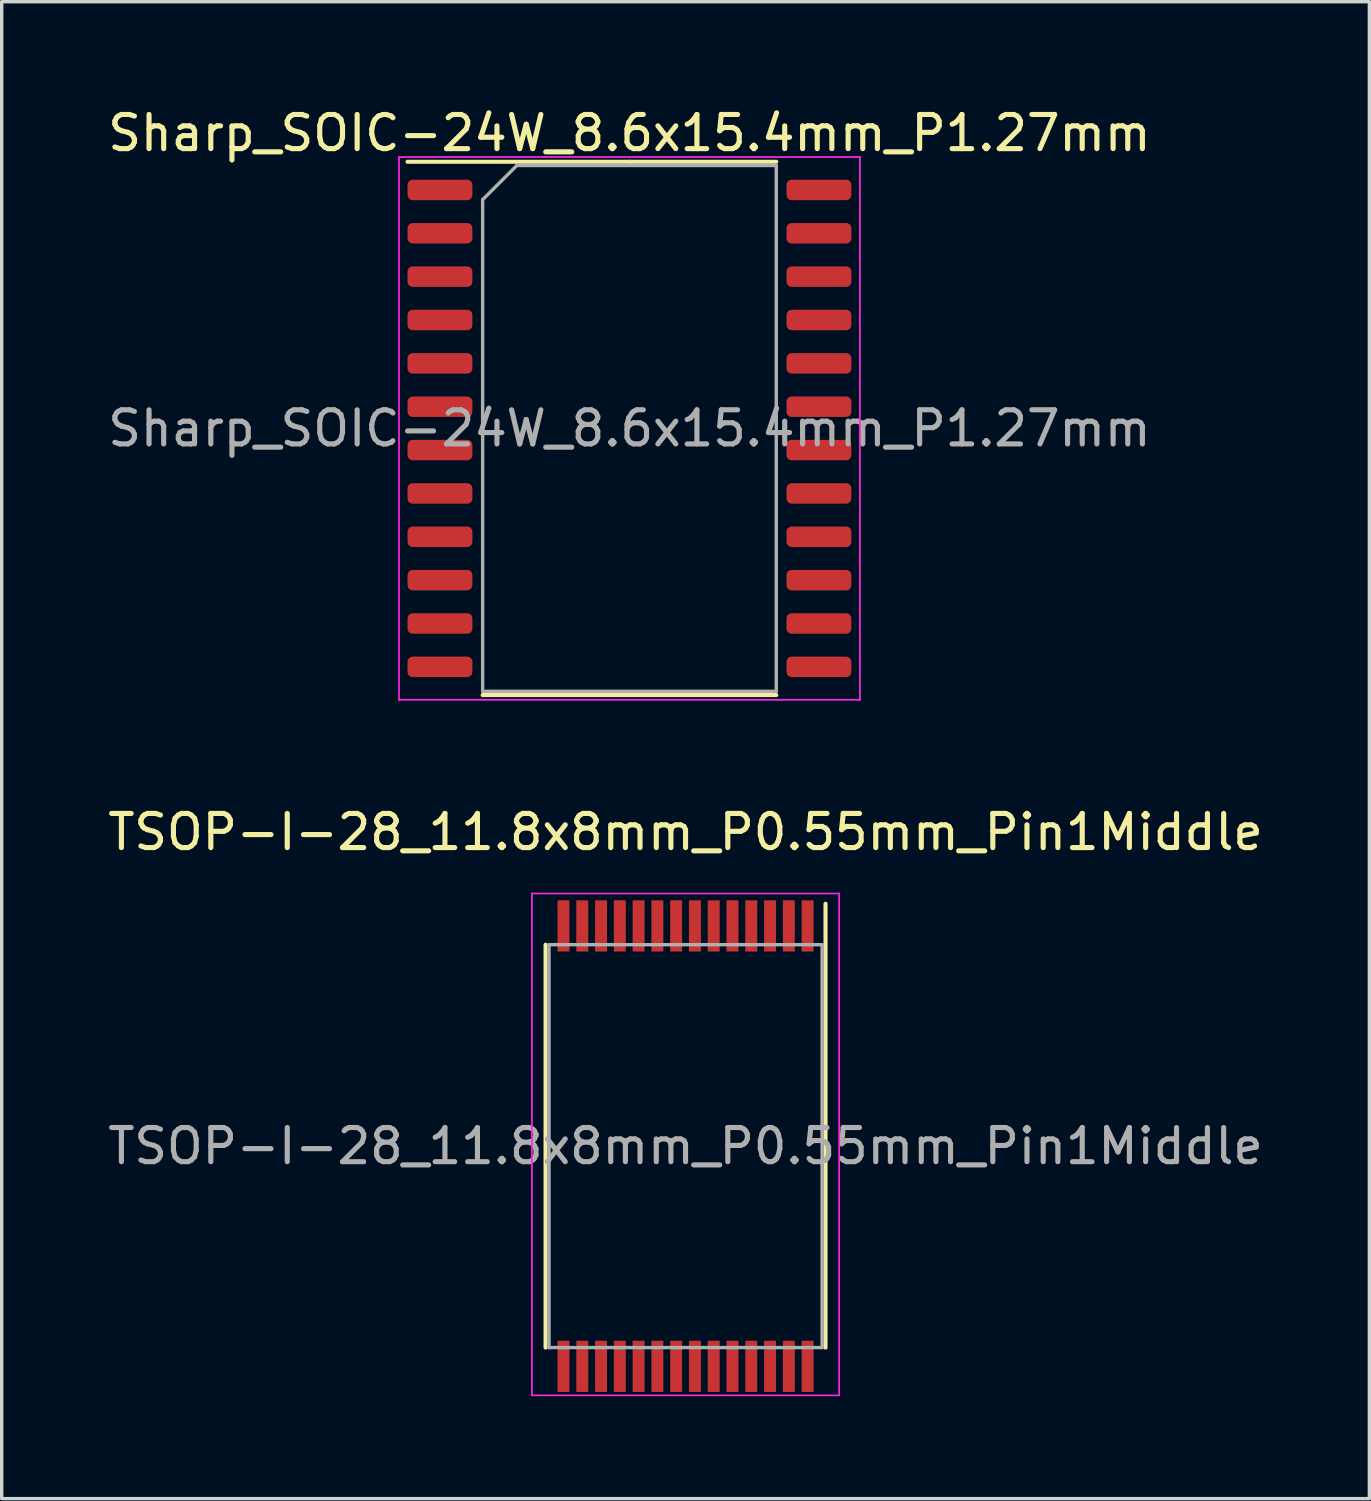
<source format=kicad_pcb>
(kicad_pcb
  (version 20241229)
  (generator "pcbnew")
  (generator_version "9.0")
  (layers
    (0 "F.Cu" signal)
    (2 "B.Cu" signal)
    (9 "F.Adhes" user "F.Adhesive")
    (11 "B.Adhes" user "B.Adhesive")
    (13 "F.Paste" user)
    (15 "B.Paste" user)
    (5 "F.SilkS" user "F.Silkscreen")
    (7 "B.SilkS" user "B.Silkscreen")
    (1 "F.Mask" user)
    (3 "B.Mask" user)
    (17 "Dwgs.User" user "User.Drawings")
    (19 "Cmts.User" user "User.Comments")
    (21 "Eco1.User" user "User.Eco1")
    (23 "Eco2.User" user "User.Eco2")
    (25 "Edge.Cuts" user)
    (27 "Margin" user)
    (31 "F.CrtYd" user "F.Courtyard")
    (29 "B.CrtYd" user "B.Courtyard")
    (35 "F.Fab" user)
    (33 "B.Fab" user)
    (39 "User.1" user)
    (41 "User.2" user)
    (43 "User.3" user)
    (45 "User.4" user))
  (footprint "TSOP-I-28_11.8x8mm_P0.55mm_Pin1Middle"
    (layer "F.Cu")
    (at 17.03 30.521)
    (property "Reference" "TSOP-I-28_11.8x8mm_P0.55mm_Pin1Middle" (at 0 -9.2 180) (layer "F.SilkS") (effects (font (size 1 1) (thickness 0.15))))
    (attr smd)
    (fp_line (start -4.1 -5.9) (end -4.1 5.9) (stroke (width 0.12) (type solid)) (layer "F.SilkS"))
    (fp_line (start 4.1 5.9) (end 4.1 -7.1) (stroke (width 0.12) (type solid)) (layer "F.SilkS"))
    (fp_line (start -4.5 -7.4) (end 4.5 -7.4) (stroke (width 0.05) (type solid)) (layer "F.CrtYd"))
    (fp_line (start -4.5 7.3) (end -4.5 -7.4) (stroke (width 0.05) (type solid)) (layer "F.CrtYd"))
    (fp_line (start 4.5 -7.4) (end 4.5 7.3) (stroke (width 0.05) (type solid)) (layer "F.CrtYd"))
    (fp_line (start 4.5 7.3) (end -4.5 7.3) (stroke (width 0.05) (type solid)) (layer "F.CrtYd"))
    (fp_line (start -4 5.9) (end -4 -5.9) (stroke (width 0.1) (type solid)) (layer "F.Fab"))
    (fp_line (start 4 -5.9) (end -4 -5.9) (stroke (width 0.1) (type solid)) (layer "F.Fab"))
    (fp_line (start 4 -5.9) (end 4 5.9) (stroke (width 0.1) (type solid)) (layer "F.Fab"))
    (fp_line (start 4 5.9) (end -4 5.9) (stroke (width 0.1) (type solid)) (layer "F.Fab"))
    (fp_text user "${REFERENCE}" (at 0 0 0) (layer "F.Fab") (effects (font (size 1 1) (thickness 0.15))))
    (pad "1" smd rect (at -0.275 -6.45 180) (size 0.35 1.5) (layers "F.Cu" "F.Mask" "F.Paste"))
    (pad "2" smd rect (at -0.825 -6.45 180) (size 0.35 1.5) (layers "F.Cu" "F.Mask" "F.Paste"))
    (pad "3" smd rect (at -1.375 -6.45 180) (size 0.35 1.5) (layers "F.Cu" "F.Mask" "F.Paste"))
    (pad "4" smd rect (at -1.925 -6.45 180) (size 0.35 1.5) (layers "F.Cu" "F.Mask" "F.Paste"))
    (pad "5" smd rect (at -2.475 -6.45 180) (size 0.35 1.5) (layers "F.Cu" "F.Mask" "F.Paste"))
    (pad "6" smd rect (at -3.025 -6.45 180) (size 0.35 1.5) (layers "F.Cu" "F.Mask" "F.Paste"))
    (pad "7" smd rect (at -3.575 -6.45 180) (size 0.35 1.5) (layers "F.Cu" "F.Mask" "F.Paste"))
    (pad "8" smd rect (at -3.575 6.45 180) (size 0.35 1.5) (layers "F.Cu" "F.Mask" "F.Paste"))
    (pad "9" smd rect (at -3.025 6.45 180) (size 0.35 1.5) (layers "F.Cu" "F.Mask" "F.Paste"))
    (pad "10" smd rect (at -2.475 6.45 180) (size 0.35 1.5) (layers "F.Cu" "F.Mask" "F.Paste"))
    (pad "11" smd rect (at -1.925 6.45 180) (size 0.35 1.5) (layers "F.Cu" "F.Mask" "F.Paste"))
    (pad "12" smd rect (at -1.375 6.45 180) (size 0.35 1.5) (layers "F.Cu" "F.Mask" "F.Paste"))
    (pad "13" smd rect (at -0.825 6.45 180) (size 0.35 1.5) (layers "F.Cu" "F.Mask" "F.Paste"))
    (pad "14" smd rect (at -0.275 6.45 180) (size 0.35 1.5) (layers "F.Cu" "F.Mask" "F.Paste"))
    (pad "15" smd rect (at 0.275 6.45 180) (size 0.35 1.5) (layers "F.Cu" "F.Mask" "F.Paste"))
    (pad "16" smd rect (at 0.825 6.45 180) (size 0.35 1.5) (layers "F.Cu" "F.Mask" "F.Paste"))
    (pad "17" smd rect (at 1.375 6.45 180) (size 0.35 1.5) (layers "F.Cu" "F.Mask" "F.Paste"))
    (pad "18" smd rect (at 1.925 6.45 180) (size 0.35 1.5) (layers "F.Cu" "F.Mask" "F.Paste"))
    (pad "19" smd rect (at 2.475 6.45 180) (size 0.35 1.5) (layers "F.Cu" "F.Mask" "F.Paste"))
    (pad "20" smd rect (at 3.025 6.45 180) (size 0.35 1.5) (layers "F.Cu" "F.Mask" "F.Paste"))
    (pad "21" smd rect (at 3.575 6.45 180) (size 0.35 1.5) (layers "F.Cu" "F.Mask" "F.Paste"))
    (pad "22" smd rect (at 3.575 -6.45 180) (size 0.35 1.5) (layers "F.Cu" "F.Mask" "F.Paste"))
    (pad "23" smd rect (at 3.025 -6.45 180) (size 0.35 1.5) (layers "F.Cu" "F.Mask" "F.Paste"))
    (pad "24" smd rect (at 2.475 -6.45 180) (size 0.35 1.5) (layers "F.Cu" "F.Mask" "F.Paste"))
    (pad "25" smd rect (at 1.925 -6.45 180) (size 0.35 1.5) (layers "F.Cu" "F.Mask" "F.Paste"))
    (pad "26" smd rect (at 1.375 -6.45 180) (size 0.35 1.5) (layers "F.Cu" "F.Mask" "F.Paste"))
    (pad "27" smd rect (at 0.825 -6.45 180) (size 0.35 1.5) (layers "F.Cu" "F.Mask" "F.Paste"))
    (pad "28" smd rect (at 0.275 -6.45 180) (size 0.35 1.5) (layers "F.Cu" "F.Mask" "F.Paste")))
  (footprint "Sharp_SOIC-24W_8.6x15.4mm_P1.27mm"
    (layer "F.Cu")
    (at 15.387 9.498)
    (property "Reference" "Sharp_SOIC-24W_8.6x15.4mm_P1.27mm" (at 0 -8.65 0) (layer "F.SilkS") (effects (font (size 1 1) (thickness 0.15))))
    (attr smd)
    (fp_line (start 0 -7.81) (end -6.5 -7.81) (stroke (width 0.12) (type solid)) (layer "F.SilkS"))
    (fp_line (start 0 -7.81) (end 4.3 -7.81) (stroke (width 0.12) (type solid)) (layer "F.SilkS"))
    (fp_line (start 0 7.81) (end -4.3 7.81) (stroke (width 0.12) (type solid)) (layer "F.SilkS"))
    (fp_line (start 0 7.81) (end 4.3 7.81) (stroke (width 0.12) (type solid)) (layer "F.SilkS"))
    (fp_line (start -6.75 -7.95) (end -6.75 7.95) (stroke (width 0.05) (type solid)) (layer "F.CrtYd"))
    (fp_line (start -6.75 7.95) (end 6.75 7.95) (stroke (width 0.05) (type solid)) (layer "F.CrtYd"))
    (fp_line (start 6.75 -7.95) (end -6.75 -7.95) (stroke (width 0.05) (type solid)) (layer "F.CrtYd"))
    (fp_line (start 6.75 7.95) (end 6.75 -7.95) (stroke (width 0.05) (type solid)) (layer "F.CrtYd"))
    (fp_line (start -4.3 -6.7) (end -3.3 -7.7) (stroke (width 0.1) (type solid)) (layer "F.Fab"))
    (fp_line (start -4.3 7.7) (end -4.3 -6.7) (stroke (width 0.1) (type solid)) (layer "F.Fab"))
    (fp_line (start -3.3 -7.7) (end 4.3 -7.7) (stroke (width 0.1) (type solid)) (layer "F.Fab"))
    (fp_line (start 4.3 -7.7) (end 4.3 7.7) (stroke (width 0.1) (type solid)) (layer "F.Fab"))
    (fp_line (start 4.3 7.7) (end -4.3 7.7) (stroke (width 0.1) (type solid)) (layer "F.Fab"))
    (fp_text user "${REFERENCE}" (at 0 0 0) (layer "F.Fab") (effects (font (size 1 1) (thickness 0.15))))
    (pad "1" smd roundrect (at -5.55 -6.985) (size 1.9 0.6) (layers "F.Cu" "F.Mask" "F.Paste") (roundrect_rratio 0.25))
    (pad "2" smd roundrect (at -5.55 -5.715) (size 1.9 0.6) (layers "F.Cu" "F.Mask" "F.Paste") (roundrect_rratio 0.25))
    (pad "3" smd roundrect (at -5.55 -4.445) (size 1.9 0.6) (layers "F.Cu" "F.Mask" "F.Paste") (roundrect_rratio 0.25))
    (pad "4" smd roundrect (at -5.55 -3.175) (size 1.9 0.6) (layers "F.Cu" "F.Mask" "F.Paste") (roundrect_rratio 0.25))
    (pad "5" smd roundrect (at -5.55 -1.905) (size 1.9 0.6) (layers "F.Cu" "F.Mask" "F.Paste") (roundrect_rratio 0.25))
    (pad "6" smd roundrect (at -5.55 -0.635) (size 1.9 0.6) (layers "F.Cu" "F.Mask" "F.Paste") (roundrect_rratio 0.25))
    (pad "7" smd roundrect (at -5.55 0.635) (size 1.9 0.6) (layers "F.Cu" "F.Mask" "F.Paste") (roundrect_rratio 0.25))
    (pad "8" smd roundrect (at -5.55 1.905) (size 1.9 0.6) (layers "F.Cu" "F.Mask" "F.Paste") (roundrect_rratio 0.25))
    (pad "9" smd roundrect (at -5.55 3.175) (size 1.9 0.6) (layers "F.Cu" "F.Mask" "F.Paste") (roundrect_rratio 0.25))
    (pad "10" smd roundrect (at -5.55 4.445) (size 1.9 0.6) (layers "F.Cu" "F.Mask" "F.Paste") (roundrect_rratio 0.25))
    (pad "11" smd roundrect (at -5.55 5.715) (size 1.9 0.6) (layers "F.Cu" "F.Mask" "F.Paste") (roundrect_rratio 0.25))
    (pad "12" smd roundrect (at -5.55 6.985) (size 1.9 0.6) (layers "F.Cu" "F.Mask" "F.Paste") (roundrect_rratio 0.25))
    (pad "13" smd roundrect (at 5.55 6.985) (size 1.9 0.6) (layers "F.Cu" "F.Mask" "F.Paste") (roundrect_rratio 0.25))
    (pad "14" smd roundrect (at 5.55 5.715) (size 1.9 0.6) (layers "F.Cu" "F.Mask" "F.Paste") (roundrect_rratio 0.25))
    (pad "15" smd roundrect (at 5.55 4.445) (size 1.9 0.6) (layers "F.Cu" "F.Mask" "F.Paste") (roundrect_rratio 0.25))
    (pad "16" smd roundrect (at 5.55 3.175) (size 1.9 0.6) (layers "F.Cu" "F.Mask" "F.Paste") (roundrect_rratio 0.25))
    (pad "17" smd roundrect (at 5.55 1.905) (size 1.9 0.6) (layers "F.Cu" "F.Mask" "F.Paste") (roundrect_rratio 0.25))
    (pad "18" smd roundrect (at 5.55 0.635) (size 1.9 0.6) (layers "F.Cu" "F.Mask" "F.Paste") (roundrect_rratio 0.25))
    (pad "19" smd roundrect (at 5.55 -0.635) (size 1.9 0.6) (layers "F.Cu" "F.Mask" "F.Paste") (roundrect_rratio 0.25))
    (pad "20" smd roundrect (at 5.55 -1.905) (size 1.9 0.6) (layers "F.Cu" "F.Mask" "F.Paste") (roundrect_rratio 0.25))
    (pad "21" smd roundrect (at 5.55 -3.175) (size 1.9 0.6) (layers "F.Cu" "F.Mask" "F.Paste") (roundrect_rratio 0.25))
    (pad "22" smd roundrect (at 5.55 -4.445) (size 1.9 0.6) (layers "F.Cu" "F.Mask" "F.Paste") (roundrect_rratio 0.25))
    (pad "23" smd roundrect (at 5.55 -5.715) (size 1.9 0.6) (layers "F.Cu" "F.Mask" "F.Paste") (roundrect_rratio 0.25))
    (pad "24" smd roundrect (at 5.55 -6.985) (size 1.9 0.6) (layers "F.Cu" "F.Mask" "F.Paste") (roundrect_rratio 0.25)))
  (gr_rect
    (start -3 -3)
    (end 37.06 40.846)
    (stroke (width 0.1) (type default))
    (fill no)
    (layer "Edge.Cuts")))
</source>
